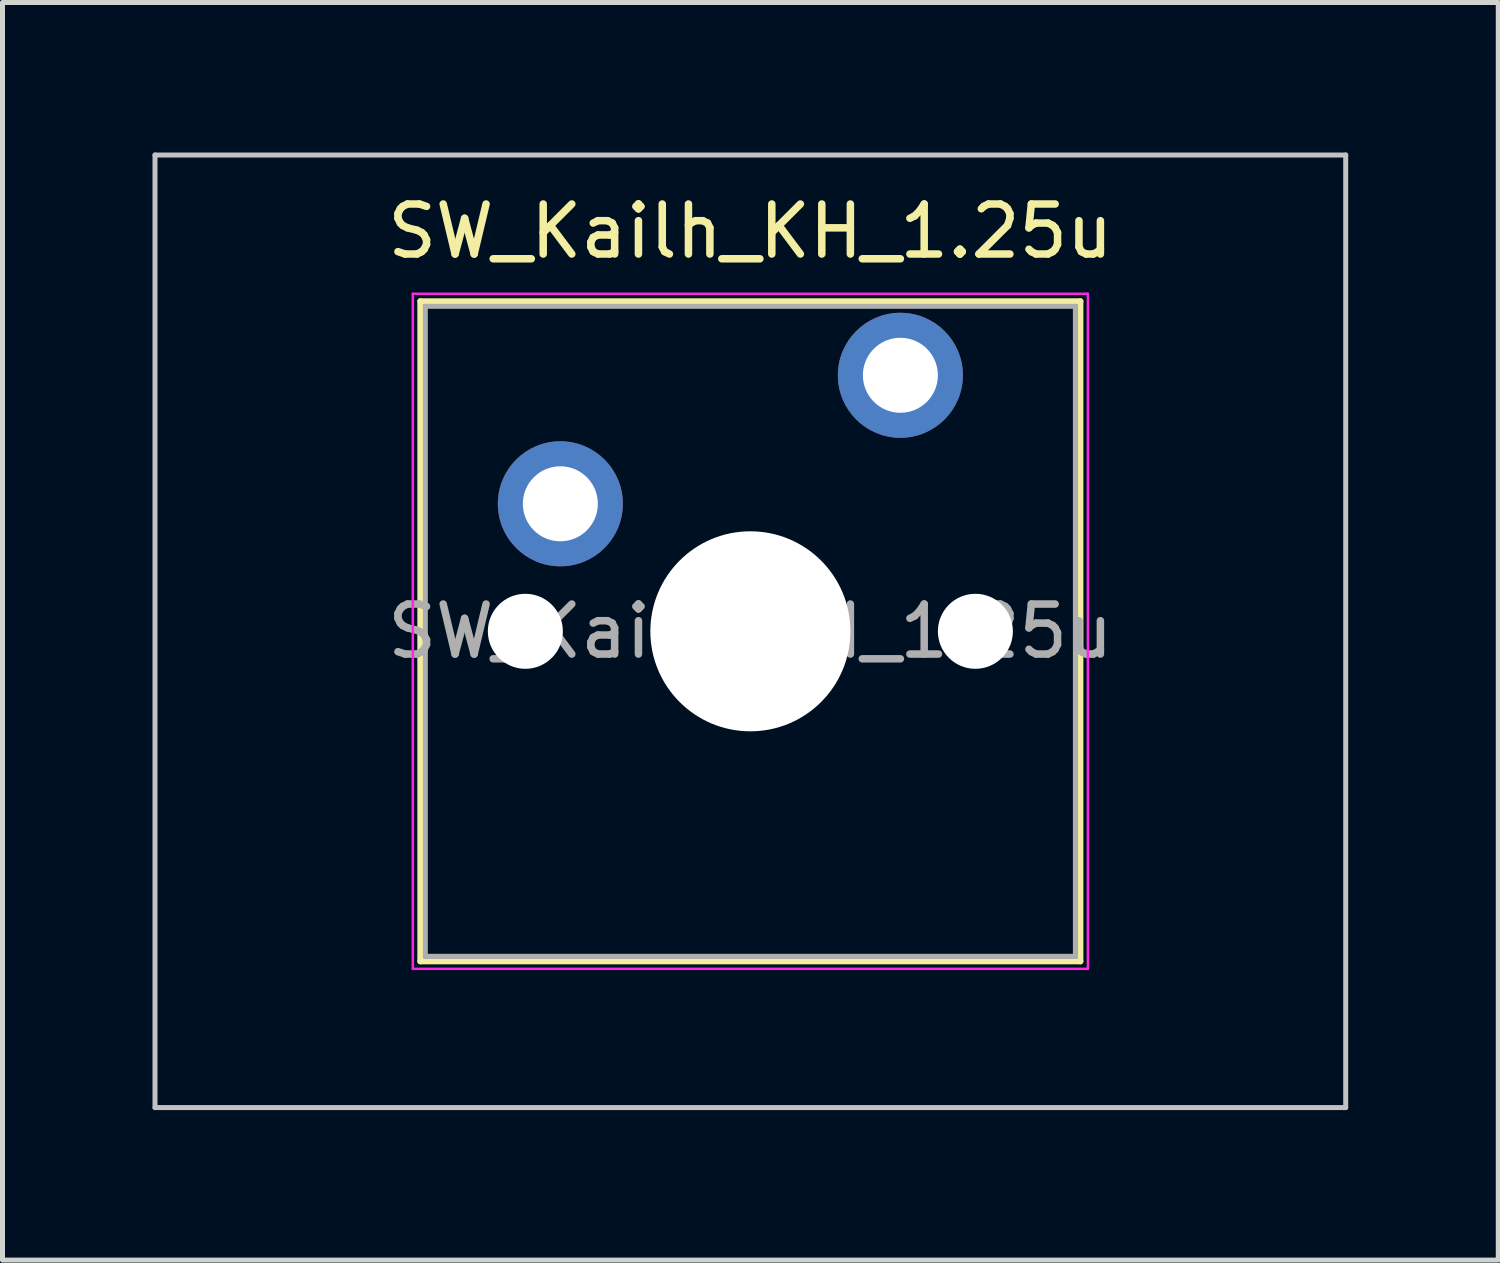
<source format=kicad_pcb>
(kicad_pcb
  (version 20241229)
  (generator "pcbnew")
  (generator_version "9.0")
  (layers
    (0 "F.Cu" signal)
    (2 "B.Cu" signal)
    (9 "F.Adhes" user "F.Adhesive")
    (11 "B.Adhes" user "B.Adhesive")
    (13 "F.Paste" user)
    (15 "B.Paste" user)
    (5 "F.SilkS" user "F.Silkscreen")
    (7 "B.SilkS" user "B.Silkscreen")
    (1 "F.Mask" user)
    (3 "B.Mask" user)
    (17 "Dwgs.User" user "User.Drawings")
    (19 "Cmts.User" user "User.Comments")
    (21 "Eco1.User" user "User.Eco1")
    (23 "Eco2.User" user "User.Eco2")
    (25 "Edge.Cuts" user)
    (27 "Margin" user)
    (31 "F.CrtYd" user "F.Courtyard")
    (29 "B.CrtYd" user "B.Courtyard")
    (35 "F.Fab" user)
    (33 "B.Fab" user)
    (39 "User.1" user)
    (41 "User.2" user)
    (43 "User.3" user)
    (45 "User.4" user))
  (footprint "SW_Kailh_KH_1.25u"
    (layer "F.Cu")
    (at 11.956 9.575)
    (property "Reference" "SW_Kailh_KH_1.25u" (at 0 -8 0) (layer "F.SilkS") (effects (font (size 1 1) (thickness 0.15))))
    (attr through_hole)
    (fp_line (start -6.6 -6.6) (end -6.6 6.6) (stroke (width 0.12) (type solid)) (layer "F.SilkS"))
    (fp_line (start -6.6 6.6) (end 6.6 6.6) (stroke (width 0.12) (type solid)) (layer "F.SilkS"))
    (fp_line (start 6.6 -6.6) (end -6.6 -6.6) (stroke (width 0.12) (type solid)) (layer "F.SilkS"))
    (fp_line (start 6.6 6.6) (end 6.6 -6.6) (stroke (width 0.12) (type solid)) (layer "F.SilkS"))
    (fp_line (start -11.906 -9.525) (end -11.906 9.525) (stroke (width 0.1) (type solid)) (layer "Dwgs.User"))
    (fp_line (start -11.906 9.525) (end 11.906 9.525) (stroke (width 0.1) (type solid)) (layer "Dwgs.User"))
    (fp_line (start 11.906 -9.525) (end -11.906 -9.525) (stroke (width 0.1) (type solid)) (layer "Dwgs.User"))
    (fp_line (start 11.906 9.525) (end 11.906 -9.525) (stroke (width 0.1) (type solid)) (layer "Dwgs.User"))
    (fp_line (start -6.1 -6.1) (end -6.1 6.1) (stroke (width 0.1) (type solid)) (layer "Eco1.User"))
    (fp_line (start -6.1 6.1) (end 6.1 6.1) (stroke (width 0.1) (type solid)) (layer "Eco1.User"))
    (fp_line (start 6.1 -6.1) (end -6.1 -6.1) (stroke (width 0.1) (type solid)) (layer "Eco1.User"))
    (fp_line (start 6.1 6.1) (end 6.1 -6.1) (stroke (width 0.1) (type solid)) (layer "Eco1.User"))
    (fp_line (start -6.75 -6.75) (end -6.75 6.75) (stroke (width 0.05) (type solid)) (layer "F.CrtYd"))
    (fp_line (start -6.75 6.75) (end 6.75 6.75) (stroke (width 0.05) (type solid)) (layer "F.CrtYd"))
    (fp_line (start 6.75 -6.75) (end -6.75 -6.75) (stroke (width 0.05) (type solid)) (layer "F.CrtYd"))
    (fp_line (start 6.75 6.75) (end 6.75 -6.75) (stroke (width 0.05) (type solid)) (layer "F.CrtYd"))
    (fp_line (start -6.5 -6.5) (end -6.5 6.5) (stroke (width 0.1) (type solid)) (layer "F.Fab"))
    (fp_line (start -6.5 6.5) (end 6.5 6.5) (stroke (width 0.1) (type solid)) (layer "F.Fab"))
    (fp_line (start 6.5 -6.5) (end -6.5 -6.5) (stroke (width 0.1) (type solid)) (layer "F.Fab"))
    (fp_line (start 6.5 6.5) (end 6.5 -6.5) (stroke (width 0.1) (type solid)) (layer "F.Fab"))
    (fp_text user "${REFERENCE}" (at 0 0 0) (layer "F.Fab") (effects (font (size 1 1) (thickness 0.15))))
    (pad "" np_thru_hole circle (at -4.5 0) (size 1.5 1.5) (drill 1.5) (layers "*.Cu" "*.Mask"))
    (pad "" smd circle (at -3.8 -2.55) (size 1.55 1.55) (layers "F.Mask"))
    (pad "" np_thru_hole circle (at 0 0) (size 4 4) (drill 4) (layers "*.Cu" "*.Mask"))
    (pad "" smd circle (at 3 -5.12) (size 1.55 1.55) (layers "F.Mask"))
    (pad "" np_thru_hole circle (at 4.5 0) (size 1.5 1.5) (drill 1.5) (layers "*.Cu" "*.Mask"))
    (pad "1" thru_hole circle (at -3.8 -2.55) (size 2.5 2.5) (drill 1.5) (layers "*.Cu" "B.Mask"))
    (pad "2" thru_hole circle (at 3 -5.12) (size 2.5 2.5) (drill 1.5) (layers "*.Cu" "B.Mask")))
  (gr_rect
    (start -3 -3)
    (end 26.913 22.15)
    (stroke (width 0.1) (type default))
    (fill no)
    (layer "Edge.Cuts")))
</source>
